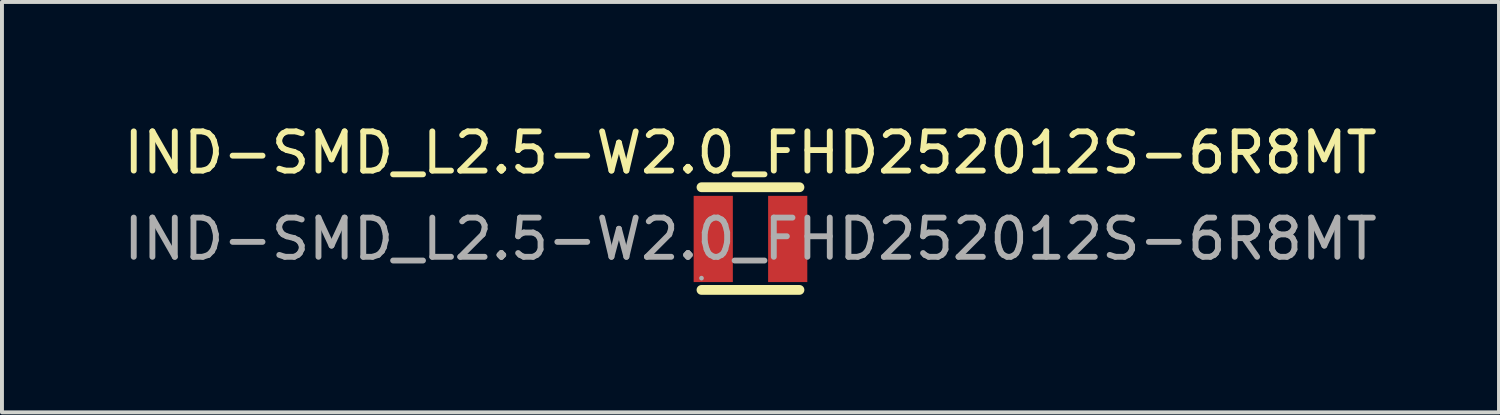
<source format=kicad_pcb>
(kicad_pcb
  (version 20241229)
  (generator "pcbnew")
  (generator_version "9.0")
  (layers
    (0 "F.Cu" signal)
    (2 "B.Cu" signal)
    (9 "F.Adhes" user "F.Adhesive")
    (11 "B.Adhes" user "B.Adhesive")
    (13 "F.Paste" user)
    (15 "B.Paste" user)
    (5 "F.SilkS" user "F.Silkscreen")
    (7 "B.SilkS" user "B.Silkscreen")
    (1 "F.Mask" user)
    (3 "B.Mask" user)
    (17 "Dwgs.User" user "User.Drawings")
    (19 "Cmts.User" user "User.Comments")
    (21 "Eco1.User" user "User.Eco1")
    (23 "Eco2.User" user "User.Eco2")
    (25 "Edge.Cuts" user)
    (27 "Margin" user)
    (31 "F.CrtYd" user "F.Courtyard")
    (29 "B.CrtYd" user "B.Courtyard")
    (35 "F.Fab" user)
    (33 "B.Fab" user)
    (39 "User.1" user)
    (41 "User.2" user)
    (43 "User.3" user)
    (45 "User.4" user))
  (footprint "IND-SMD_L2.5-W2.0_FHD252012S-6R8MT"
    (layer "F.Cu")
    (at 16.101 3.048)
    (property "Reference" "IND-SMD_L2.5-W2.0_FHD252012S-6R8MT" (at 0 -2.2 0) (layer "F.SilkS") (effects (font (size 1 1) (thickness 0.15))))
    (attr smd)
    (fp_line (start -1.25 -1.32) (end 1.25 -1.32) (stroke (width 0.25) (type solid)) (layer "F.SilkS"))
    (fp_line (start -1.25 1.3) (end 1.25 1.3) (stroke (width 0.25) (type solid)) (layer "F.SilkS"))
    (fp_circle (center -1.25 1) (end -1.22 1) (stroke (width 0.06) (type solid)) (fill no) (layer "F.Fab"))
    (fp_text user "${REFERENCE}" (at 0 0 0) (layer "F.Fab") (effects (font (size 1 1) (thickness 0.15))))
    (pad "1" smd rect (at -0.95 0) (size 1 2.2) (layers "F.Cu" "F.Mask" "F.Paste"))
    (pad "2" smd rect (at 0.95 0) (size 1 2.2) (layers "F.Cu" "F.Mask" "F.Paste")))
  (gr_rect
    (start -3 -3)
    (end 35.202 7.473)
    (stroke (width 0.1) (type default))
    (fill no)
    (layer "Edge.Cuts")))
</source>
